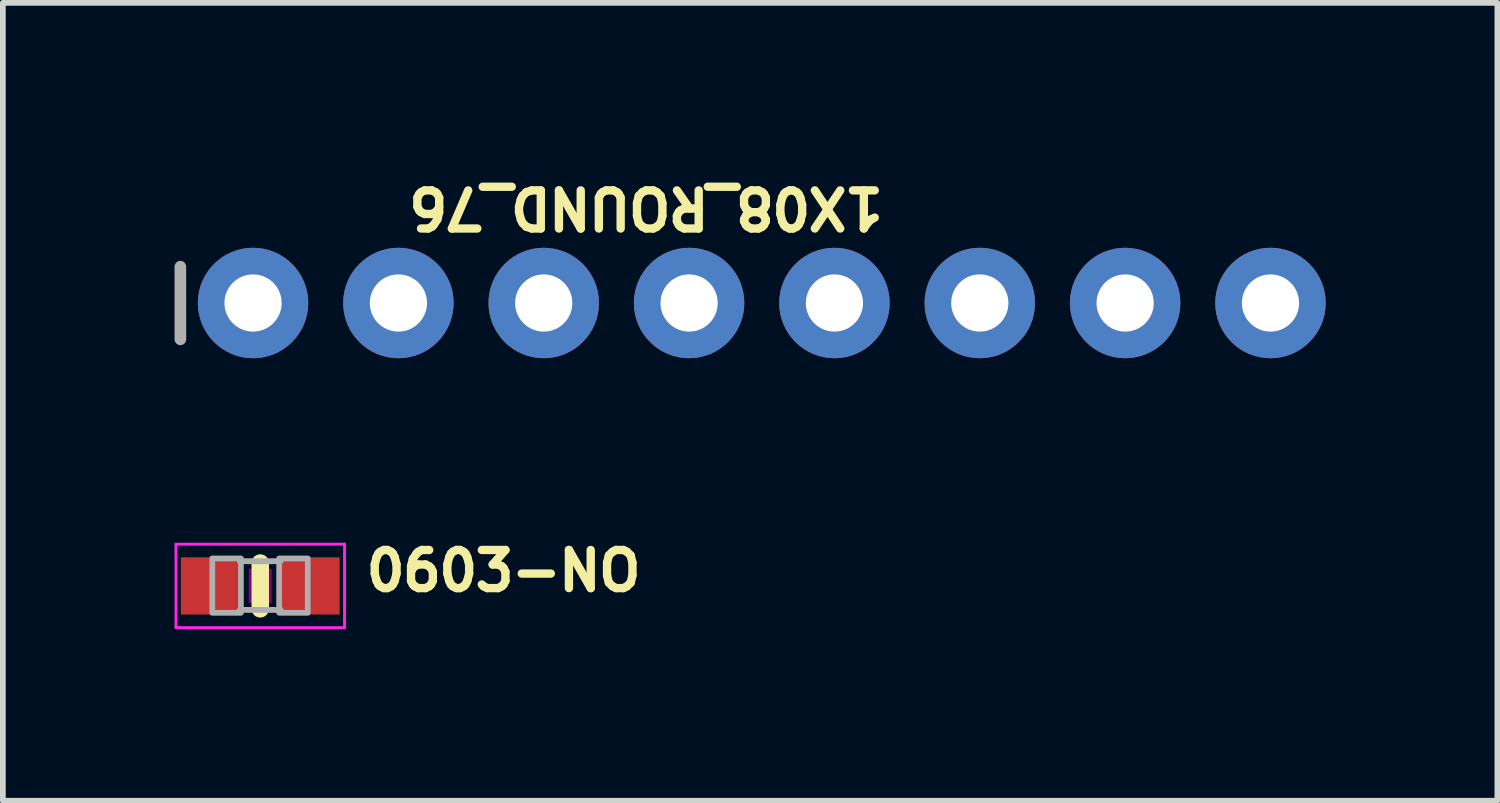
<source format=kicad_pcb>
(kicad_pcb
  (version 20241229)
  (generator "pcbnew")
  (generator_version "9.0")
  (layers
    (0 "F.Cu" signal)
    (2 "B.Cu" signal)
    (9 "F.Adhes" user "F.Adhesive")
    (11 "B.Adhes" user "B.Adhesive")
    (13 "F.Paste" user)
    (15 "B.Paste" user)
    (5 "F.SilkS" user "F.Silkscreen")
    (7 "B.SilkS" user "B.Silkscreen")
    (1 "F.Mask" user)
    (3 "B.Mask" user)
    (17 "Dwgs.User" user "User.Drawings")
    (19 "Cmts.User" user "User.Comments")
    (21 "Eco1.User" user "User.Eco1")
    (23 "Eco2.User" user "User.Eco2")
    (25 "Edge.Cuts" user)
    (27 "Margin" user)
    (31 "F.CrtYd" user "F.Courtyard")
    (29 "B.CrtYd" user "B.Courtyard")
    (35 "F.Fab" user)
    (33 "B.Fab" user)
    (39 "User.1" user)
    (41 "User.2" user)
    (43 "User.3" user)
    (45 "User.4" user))
  (footprint "1X08_ROUND_76"
    (layer "F.Cu")
    (at 10.262 2.245)
    (property "Reference" "1X08_ROUND_76" (at 2.197 -2.057 180) (unlocked yes) (layer "F.SilkS") (effects (font (size 0.666 0.666) (thickness 0.146)) (justify left bottom)))
    (fp_line (start -10.16 -0.635) (end -10.16 0.635) (stroke (width 0.203) (type solid)) (layer "F.Fab"))
    (fp_poly (pts (xy -9.144 0.254) (xy -8.636 0.254) (xy -8.636 -0.254) (xy -9.144 -0.254)) (stroke (width 0.1) (type default)) (fill no) (layer "F.Fab"))
    (fp_poly (pts (xy -6.604 0.254) (xy -6.096 0.254) (xy -6.096 -0.254) (xy -6.604 -0.254)) (stroke (width 0.1) (type default)) (fill no) (layer "F.Fab"))
    (fp_poly (pts (xy -4.064 0.254) (xy -3.556 0.254) (xy -3.556 -0.254) (xy -4.064 -0.254)) (stroke (width 0.1) (type default)) (fill no) (layer "F.Fab"))
    (fp_poly (pts (xy -1.524 0.254) (xy -1.016 0.254) (xy -1.016 -0.254) (xy -1.524 -0.254)) (stroke (width 0.1) (type default)) (fill no) (layer "F.Fab"))
    (fp_poly (pts (xy 1.016 0.254) (xy 1.524 0.254) (xy 1.524 -0.254) (xy 1.016 -0.254)) (stroke (width 0.1) (type default)) (fill no) (layer "F.Fab"))
    (fp_poly (pts (xy 3.556 0.254) (xy 4.064 0.254) (xy 4.064 -0.254) (xy 3.556 -0.254)) (stroke (width 0.1) (type default)) (fill no) (layer "F.Fab"))
    (fp_poly (pts (xy 6.096 0.254) (xy 6.604 0.254) (xy 6.604 -0.254) (xy 6.096 -0.254)) (stroke (width 0.1) (type default)) (fill no) (layer "F.Fab"))
    (fp_poly (pts (xy 8.636 0.254) (xy 9.144 0.254) (xy 9.144 -0.254) (xy 8.636 -0.254)) (stroke (width 0.1) (type default)) (fill no) (layer "F.Fab"))
    (pad "1" thru_hole circle (at -8.89 0 90) (size 1.93 1.93) (drill 1) (layers "*.Cu" "*.Mask"))
    (pad "2" thru_hole circle (at -6.35 0 90) (size 1.93 1.93) (drill 1) (layers "*.Cu" "*.Mask"))
    (pad "3" thru_hole circle (at -3.81 0 90) (size 1.93 1.93) (drill 1) (layers "*.Cu" "*.Mask"))
    (pad "4" thru_hole circle (at -1.27 0 90) (size 1.93 1.93) (drill 1) (layers "*.Cu" "*.Mask"))
    (pad "5" thru_hole circle (at 1.27 0 90) (size 1.93 1.93) (drill 1) (layers "*.Cu" "*.Mask"))
    (pad "6" thru_hole circle (at 3.81 0 90) (size 1.93 1.93) (drill 1) (layers "*.Cu" "*.Mask"))
    (pad "7" thru_hole circle (at 6.35 0 90) (size 1.93 1.93) (drill 1) (layers "*.Cu" "*.Mask"))
    (pad "8" thru_hole circle (at 8.89 0 90) (size 1.93 1.93) (drill 1) (layers "*.Cu" "*.Mask")))
  (footprint "0603-NO"
    (layer "F.Cu")
    (at 1.498 7.189)
    (property "Reference" "0603-NO" (at 1.778 0.127 0) (unlocked yes) (layer "F.SilkS") (effects (font (size 0.666 0.666) (thickness 0.146)) (justify left bottom)))
    (fp_line (start 0 -0.4) (end 0 0.4) (stroke (width 0.305) (type solid)) (layer "F.SilkS"))
    (fp_poly (pts (xy -0.2 0.3) (xy 0.2 0.3) (xy 0.2 -0.3) (xy -0.2 -0.3)) (stroke (width 0) (type default)) (fill yes) (layer "F.Adhes"))
    (fp_line (start -1.473 -0.729) (end 1.473 -0.729) (stroke (width 0.051) (type solid)) (layer "F.CrtYd"))
    (fp_line (start -1.473 0.729) (end -1.473 -0.729) (stroke (width 0.051) (type solid)) (layer "F.CrtYd"))
    (fp_line (start 1.473 -0.729) (end 1.473 0.729) (stroke (width 0.051) (type solid)) (layer "F.CrtYd"))
    (fp_line (start 1.473 0.729) (end -1.473 0.729) (stroke (width 0.051) (type solid)) (layer "F.CrtYd"))
    (fp_line (start -0.356 -0.432) (end 0.356 -0.432) (stroke (width 0.102) (type solid)) (layer "F.Fab"))
    (fp_line (start -0.356 0.419) (end 0.356 0.419) (stroke (width 0.102) (type solid)) (layer "F.Fab"))
    (fp_poly (pts (xy -0.838 0.47) (xy -0.338 0.47) (xy -0.338 -0.48) (xy -0.838 -0.48)) (stroke (width 0.1) (type default)) (fill no) (layer "F.Fab"))
    (fp_poly (pts (xy 0.33 0.47) (xy 0.83 0.47) (xy 0.83 -0.48) (xy 0.33 -0.48)) (stroke (width 0.1) (type default)) (fill no) (layer "F.Fab"))
    (pad "1" smd rect (at -0.85 0) (size 1.075 1) (layers "F.Cu" "F.Mask" "F.Paste"))
    (pad "2" smd rect (at 0.85 0) (size 1.075 1) (layers "F.Cu" "F.Mask" "F.Paste")))
  (gr_rect
    (start -3 -3)
    (end 23.117 10.943)
    (stroke (width 0.1) (type default))
    (fill no)
    (layer "Edge.Cuts")))
</source>
